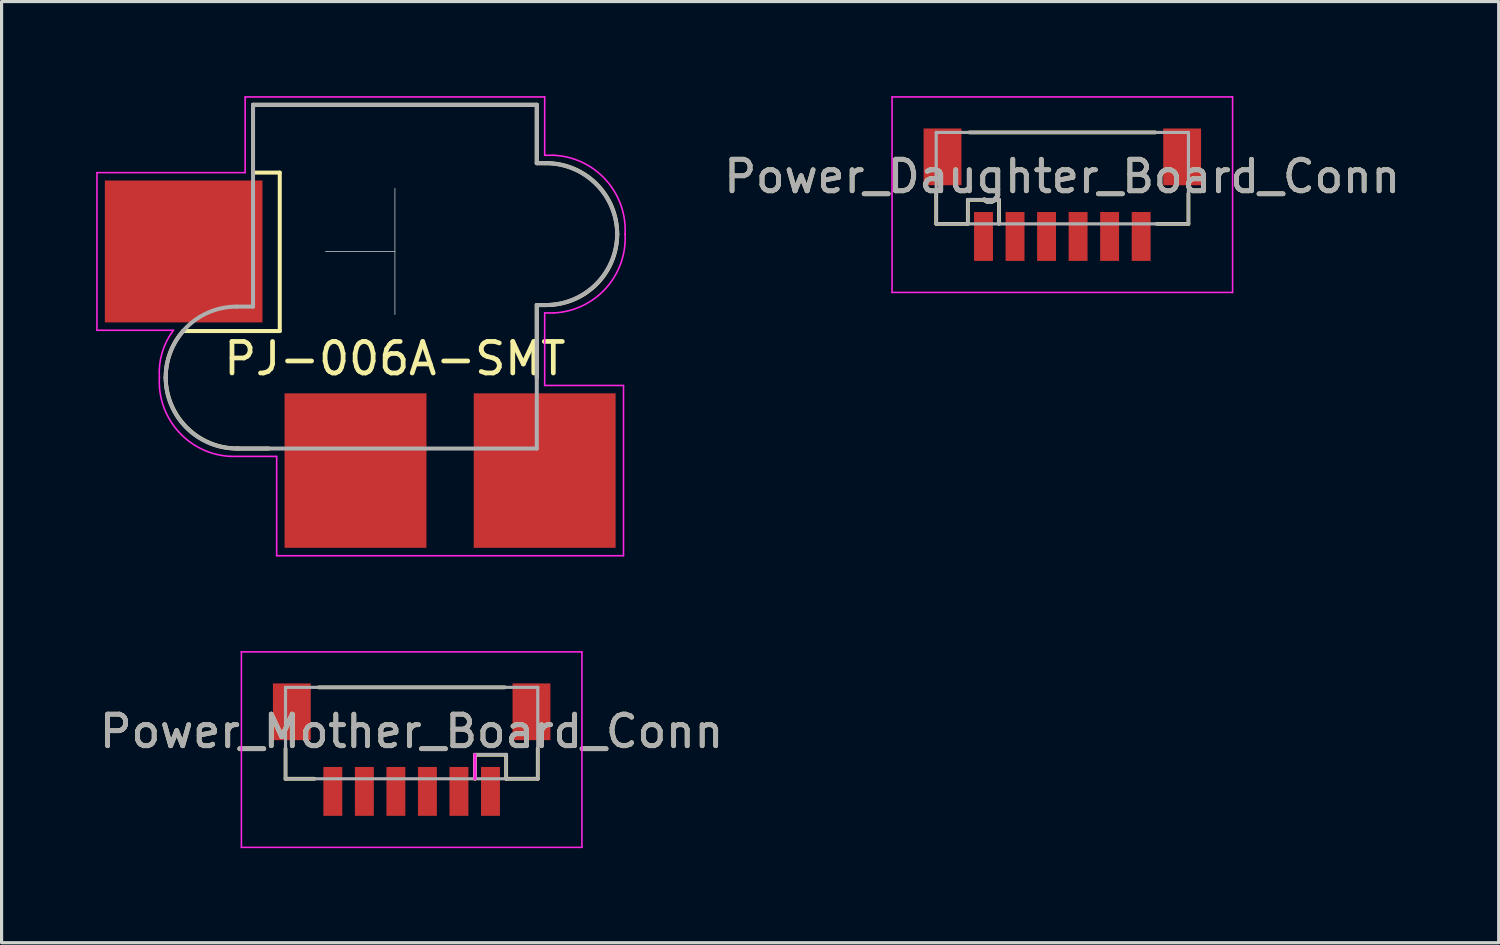
<source format=kicad_pcb>
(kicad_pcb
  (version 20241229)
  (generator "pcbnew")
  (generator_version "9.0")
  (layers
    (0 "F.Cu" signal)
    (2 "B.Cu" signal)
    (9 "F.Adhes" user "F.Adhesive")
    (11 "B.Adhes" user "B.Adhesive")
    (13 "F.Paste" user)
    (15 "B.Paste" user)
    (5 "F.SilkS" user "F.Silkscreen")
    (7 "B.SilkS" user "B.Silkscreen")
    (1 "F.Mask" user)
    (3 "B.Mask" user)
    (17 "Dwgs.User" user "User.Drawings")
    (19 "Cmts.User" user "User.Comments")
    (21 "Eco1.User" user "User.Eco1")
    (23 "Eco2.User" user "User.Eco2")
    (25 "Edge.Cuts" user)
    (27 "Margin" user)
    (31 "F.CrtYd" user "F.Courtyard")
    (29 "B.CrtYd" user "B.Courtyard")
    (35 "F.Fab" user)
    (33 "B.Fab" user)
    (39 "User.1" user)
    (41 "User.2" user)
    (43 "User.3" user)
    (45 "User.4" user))
  (footprint "PJ-006A-SMT"
    (layer "F.Cu")
    (at 9.475 4.925)
    (property "Reference" "PJ-006A-SMT" (at 0 3.4 0) (layer "F.SilkS") (effects (font (size 1 1) (thickness 0.15))))
    (attr smd)
    (fp_line (start -6.718 2.524) (end -3.652 2.524) (stroke (width 0.127) (type solid)) (layer "F.SilkS"))
    (fp_line (start -4.97 6.25) (end -4 6.25) (stroke (width 0.127) (type solid)) (layer "F.SilkS"))
    (fp_line (start -4.5 -4.65) (end -4.5 -2.5) (stroke (width 0.127) (type solid)) (layer "F.SilkS"))
    (fp_line (start -4.5 -2.5) (end -3.652 -2.5) (stroke (width 0.127) (type solid)) (layer "F.SilkS"))
    (fp_line (start -3.652 -2.5) (end -3.652 2.524) (stroke (width 0.127) (type solid)) (layer "F.SilkS"))
    (fp_line (start 4.5 -4.65) (end -4.5 -4.65) (stroke (width 0.127) (type solid)) (layer "F.SilkS"))
    (fp_line (start 4.5 -2.8) (end 4.5 -4.65) (stroke (width 0.127) (type solid)) (layer "F.SilkS"))
    (fp_line (start 4.5 -2.8) (end 4.8 -2.8) (stroke (width 0.127) (type solid)) (layer "F.SilkS"))
    (fp_line (start 4.5 1.7) (end 4.8 1.7) (stroke (width 0.127) (type solid)) (layer "F.SilkS"))
    (fp_line (start 4.5 4) (end 4.5 1.7) (stroke (width 0.127) (type solid)) (layer "F.SilkS"))
    (fp_arc (start -7.27 4) (mid -7.129603 3.211374) (end -6.717913 2.524239) (stroke (width 0.127) (type solid)) (layer "F.SilkS"))
    (fp_arc (start -4.97 6.25) (mid -6.58599 5.601346) (end -7.27 4) (stroke (width 0.127) (type solid)) (layer "F.SilkS"))
    (fp_arc (start 4.8 -2.8) (mid 6.39099 -2.14099) (end 7.05 -0.55) (stroke (width 0.127) (type solid)) (layer "F.SilkS"))
    (fp_arc (start 7.05 -0.55) (mid 6.39099 1.04099) (end 4.8 1.7) (stroke (width 0.127) (type solid)) (layer "F.SilkS"))
    (fp_line (start -2.2 0) (end 0 0) (stroke (width 0.025) (type solid)) (layer "Dwgs.User"))
    (fp_line (start 0 -2) (end 0 2) (stroke (width 0.025) (type solid)) (layer "Dwgs.User"))
    (fp_line (start -9.45 -2.5) (end -4.75 -2.5) (stroke (width 0.05) (type solid)) (layer "F.CrtYd"))
    (fp_line (start -9.45 2.5) (end -9.45 -2.5) (stroke (width 0.05) (type solid)) (layer "F.CrtYd"))
    (fp_line (start -7.025 2.5) (end -9.45 2.5) (stroke (width 0.05) (type solid)) (layer "F.CrtYd"))
    (fp_line (start -4.75 -4.9) (end -4.75 -2.5) (stroke (width 0.05) (type solid)) (layer "F.CrtYd"))
    (fp_line (start -3.75 6.5) (end -5.225 6.5) (stroke (width 0.05) (type solid)) (layer "F.CrtYd"))
    (fp_line (start -3.75 9.65) (end -3.75 6.5) (stroke (width 0.05) (type solid)) (layer "F.CrtYd"))
    (fp_line (start 4.75 -4.9) (end -4.75 -4.9) (stroke (width 0.05) (type solid)) (layer "F.CrtYd"))
    (fp_line (start 4.75 -3.05) (end 4.75 -4.9) (stroke (width 0.05) (type solid)) (layer "F.CrtYd"))
    (fp_line (start 4.75 -3.05) (end 5.05 -3.05) (stroke (width 0.05) (type solid)) (layer "F.CrtYd"))
    (fp_line (start 4.75 1.95) (end 5.05 1.95) (stroke (width 0.05) (type solid)) (layer "F.CrtYd"))
    (fp_line (start 4.75 4.25) (end 4.75 1.95) (stroke (width 0.05) (type solid)) (layer "F.CrtYd"))
    (fp_line (start 4.75 4.25) (end 7.25 4.25) (stroke (width 0.05) (type solid)) (layer "F.CrtYd"))
    (fp_line (start 7.25 4.25) (end 7.25 9.65) (stroke (width 0.05) (type solid)) (layer "F.CrtYd"))
    (fp_line (start 7.25 9.65) (end -3.75 9.65) (stroke (width 0.05) (type solid)) (layer "F.CrtYd"))
    (fp_arc (start -7.47 4) (mid -7.383122 3.209765) (end -7.025 2.5) (stroke (width 0.05) (type solid)) (layer "F.CrtYd"))
    (fp_arc (start -5.22 6.5) (mid -6.862767 5.71599) (end -7.47 4) (stroke (width 0.05) (type solid)) (layer "F.CrtYd"))
    (fp_arc (start 5.05 -3.05) (mid 6.692767 -2.26599) (end 7.3 -0.55) (stroke (width 0.05) (type solid)) (layer "F.CrtYd"))
    (fp_arc (start 7.3 -0.55) (mid 6.692767 1.16599) (end 5.05 1.95) (stroke (width 0.05) (type solid)) (layer "F.CrtYd"))
    (fp_line (start -5.02 6.25) (end 4.5 6.25) (stroke (width 0.127) (type solid)) (layer "F.Fab"))
    (fp_line (start -4.5 -4.65) (end -4.5 1.75) (stroke (width 0.127) (type solid)) (layer "F.Fab"))
    (fp_line (start -4.5 1.75) (end -5.02 1.75) (stroke (width 0.127) (type solid)) (layer "F.Fab"))
    (fp_line (start 4.5 -4.65) (end -4.5 -4.65) (stroke (width 0.127) (type solid)) (layer "F.Fab"))
    (fp_line (start 4.5 -2.8) (end 4.5 -4.65) (stroke (width 0.127) (type solid)) (layer "F.Fab"))
    (fp_line (start 4.5 -2.8) (end 4.75 -2.8) (stroke (width 0.127) (type solid)) (layer "F.Fab"))
    (fp_line (start 4.5 1.7) (end 4.75 1.7) (stroke (width 0.127) (type solid)) (layer "F.Fab"))
    (fp_line (start 4.5 6.25) (end 4.5 1.7) (stroke (width 0.127) (type solid)) (layer "F.Fab"))
    (fp_arc (start -7.27 4) (mid -6.61099 2.40901) (end -5.02 1.75) (stroke (width 0.127) (type solid)) (layer "F.Fab"))
    (fp_arc (start -5.02 6.25) (mid -6.61099 5.59099) (end -7.27 4) (stroke (width 0.127) (type solid)) (layer "F.Fab"))
    (fp_arc (start 4.75 -2.8) (mid 6.36599 -2.151346) (end 7.05 -0.55) (stroke (width 0.127) (type solid)) (layer "F.Fab"))
    (fp_arc (start 7.05 -0.55) (mid 6.36599 1.051346) (end 4.75 1.7) (stroke (width 0.127) (type solid)) (layer "F.Fab"))
    (pad "1" smd rect (at -6.7 0) (size 5 4.5) (layers "F.Cu" "F.Mask" "F.Paste"))
    (pad "2" smd rect (at -1.25 6.95) (size 4.5 4.9) (layers "F.Cu" "F.Mask" "F.Paste"))
    (pad "3" smd rect (at 4.75 6.95) (size 4.5 4.9) (layers "F.Cu" "F.Mask" "F.Paste")))
  (footprint "Power_Mother_Board_Conn"
    (layer "F.Cu")
    (at 10.006 20.4)
    (property "Reference" "Power_Mother_Board_Conn" (at 0 -0.254 0) (layer "F.SilkS") (effects (font (size 1 1) (thickness 0.15))))
    (attr smd)
    (fp_line (start -4 1.25) (end -4 0.291) (stroke (width 0.12) (type solid)) (layer "F.SilkS"))
    (fp_line (start -4 1.25) (end -3.084 1.25) (stroke (width 0.12) (type solid)) (layer "F.SilkS"))
    (fp_line (start -2.95 -1.65) (end 2.95 -1.65) (stroke (width 0.12) (type solid)) (layer "F.SilkS"))
    (fp_line (start 2.007 0.488) (end 2.007 1.25) (stroke (width 0.12) (type solid)) (layer "F.SilkS"))
    (fp_line (start 2.997 0.488) (end 2.007 0.488) (stroke (width 0.12) (type solid)) (layer "F.SilkS"))
    (fp_line (start 2.997 0.488) (end 2.997 1.25) (stroke (width 0.12) (type solid)) (layer "F.SilkS"))
    (fp_line (start 4 1.25) (end 2.997 1.25) (stroke (width 0.12) (type solid)) (layer "F.SilkS"))
    (fp_line (start 4 1.25) (end 4 0.291) (stroke (width 0.12) (type solid)) (layer "F.SilkS"))
    (fp_line (start -5.4 -2.775) (end 5.4 -2.775) (stroke (width 0.05) (type solid)) (layer "F.CrtYd"))
    (fp_line (start -5.4 3.425) (end -5.4 -2.775) (stroke (width 0.05) (type solid)) (layer "F.CrtYd"))
    (fp_line (start 2.007 0.483) (end 2.007 1.245) (stroke (width 0.1) (type solid)) (layer "F.CrtYd"))
    (fp_line (start 5.4 -2.775) (end 5.4 3.425) (stroke (width 0.05) (type solid)) (layer "F.CrtYd"))
    (fp_line (start 5.4 3.425) (end -5.4 3.425) (stroke (width 0.05) (type solid)) (layer "F.CrtYd"))
    (fp_line (start -4 -1.65) (end 4 -1.65) (stroke (width 0.1) (type solid)) (layer "F.Fab"))
    (fp_line (start -4 1.25) (end -4 -1.65) (stroke (width 0.1) (type solid)) (layer "F.Fab"))
    (fp_line (start 2.997 0.483) (end 2.007 0.483) (stroke (width 0.1) (type solid)) (layer "F.Fab"))
    (fp_line (start 2.997 0.483) (end 2.997 1.245) (stroke (width 0.1) (type solid)) (layer "F.Fab"))
    (fp_line (start 4 -1.65) (end 4 1.25) (stroke (width 0.1) (type solid)) (layer "F.Fab"))
    (fp_line (start 4 1.25) (end -4 1.25) (stroke (width 0.1) (type solid)) (layer "F.Fab"))
    (fp_text user "${REFERENCE}" (at 0 -0.254 0) (layer "F.Fab") (effects (font (size 1 1) (thickness 0.15))))
    (pad "1" smd rect (at 2.5 1.65) (size 0.6 1.55) (layers "F.Cu" "F.Mask" "F.Paste"))
    (pad "2" smd rect (at 1.5 1.65) (size 0.6 1.55) (layers "F.Cu" "F.Mask" "F.Paste"))
    (pad "3" smd rect (at 0.5 1.65) (size 0.6 1.55) (layers "F.Cu" "F.Mask" "F.Paste"))
    (pad "4" smd rect (at -0.5 1.65) (size 0.6 1.55) (layers "F.Cu" "F.Mask" "F.Paste"))
    (pad "5" smd rect (at -1.5 1.65) (size 0.6 1.55) (layers "F.Cu" "F.Mask" "F.Paste"))
    (pad "6" smd rect (at -2.5 1.65) (size 0.6 1.55) (layers "F.Cu" "F.Mask" "F.Paste"))
    (pad "MP" smd rect (at -3.8 -0.875) (size 1.2 1.8) (layers "F.Cu" "F.Mask" "F.Paste"))
    (pad "MP" smd rect (at 3.8 -0.875) (size 1.2 1.8) (layers "F.Cu" "F.Mask" "F.Paste")))
  (footprint "Power_Daughter_Board_Conn"
    (layer "F.Cu")
    (at 30.643 2.8)
    (property "Reference" "Power_Daughter_Board_Conn" (at 0 -0.254 0) (layer "F.SilkS") (effects (font (size 1 1) (thickness 0.15))))
    (attr smd)
    (fp_line (start -4 1.25) (end -4 0.291) (stroke (width 0.12) (type solid)) (layer "F.SilkS"))
    (fp_line (start -4 1.25) (end -2.997 1.25) (stroke (width 0.12) (type solid)) (layer "F.SilkS"))
    (fp_line (start -2.997 0.488) (end -2.997 1.25) (stroke (width 0.12) (type solid)) (layer "F.SilkS"))
    (fp_line (start -2.95 -1.65) (end 2.95 -1.65) (stroke (width 0.12) (type solid)) (layer "F.SilkS"))
    (fp_line (start -2.007 0.488) (end -2.997 0.488) (stroke (width 0.12) (type solid)) (layer "F.SilkS"))
    (fp_line (start -2.007 0.488) (end -2.007 1.25) (stroke (width 0.12) (type solid)) (layer "F.SilkS"))
    (fp_line (start 4 1.25) (end 2.997 1.25) (stroke (width 0.12) (type solid)) (layer "F.SilkS"))
    (fp_line (start 4 1.25) (end 4 0.291) (stroke (width 0.12) (type solid)) (layer "F.SilkS"))
    (fp_line (start -5.4 -2.775) (end 5.4 -2.775) (stroke (width 0.05) (type solid)) (layer "F.CrtYd"))
    (fp_line (start -5.4 3.425) (end -5.4 -2.775) (stroke (width 0.05) (type solid)) (layer "F.CrtYd"))
    (fp_line (start 5.4 -2.775) (end 5.4 3.425) (stroke (width 0.05) (type solid)) (layer "F.CrtYd"))
    (fp_line (start 5.4 3.425) (end -5.4 3.425) (stroke (width 0.05) (type solid)) (layer "F.CrtYd"))
    (fp_line (start -4 -1.65) (end 4 -1.65) (stroke (width 0.1) (type solid)) (layer "F.Fab"))
    (fp_line (start -4 1.25) (end -4 -1.65) (stroke (width 0.1) (type solid)) (layer "F.Fab"))
    (fp_line (start -2.997 0.483) (end -2.997 1.245) (stroke (width 0.1) (type solid)) (layer "F.Fab"))
    (fp_line (start -2.007 0.483) (end -2.997 0.483) (stroke (width 0.1) (type solid)) (layer "F.Fab"))
    (fp_line (start -2.007 0.483) (end -2.007 1.245) (stroke (width 0.1) (type solid)) (layer "F.Fab"))
    (fp_line (start 4 -1.65) (end 4 1.25) (stroke (width 0.1) (type solid)) (layer "F.Fab"))
    (fp_line (start 4 1.25) (end -4 1.25) (stroke (width 0.1) (type solid)) (layer "F.Fab"))
    (fp_text user "${REFERENCE}" (at 0 -0.254 0) (layer "F.Fab") (effects (font (size 1 1) (thickness 0.15))))
    (pad "1" smd rect (at -2.5 1.65) (size 0.6 1.55) (layers "F.Cu" "F.Mask" "F.Paste"))
    (pad "2" smd rect (at -1.5 1.65) (size 0.6 1.55) (layers "F.Cu" "F.Mask" "F.Paste"))
    (pad "3" smd rect (at -0.5 1.65) (size 0.6 1.55) (layers "F.Cu" "F.Mask" "F.Paste"))
    (pad "4" smd rect (at 0.5 1.65) (size 0.6 1.55) (layers "F.Cu" "F.Mask" "F.Paste"))
    (pad "5" smd rect (at 1.5 1.65) (size 0.6 1.55) (layers "F.Cu" "F.Mask" "F.Paste"))
    (pad "6" smd rect (at 2.5 1.65) (size 0.6 1.55) (layers "F.Cu" "F.Mask" "F.Paste"))
    (pad "MP" smd rect (at -3.8 -0.875) (size 1.2 1.8) (layers "F.Cu" "F.Mask" "F.Paste"))
    (pad "MP" smd rect (at 3.8 -0.875) (size 1.2 1.8) (layers "F.Cu" "F.Mask" "F.Paste")))
  (gr_rect
    (start -3 -3)
    (end 44.482 26.85)
    (stroke (width 0.1) (type default))
    (fill no)
    (layer "Edge.Cuts")))
</source>
